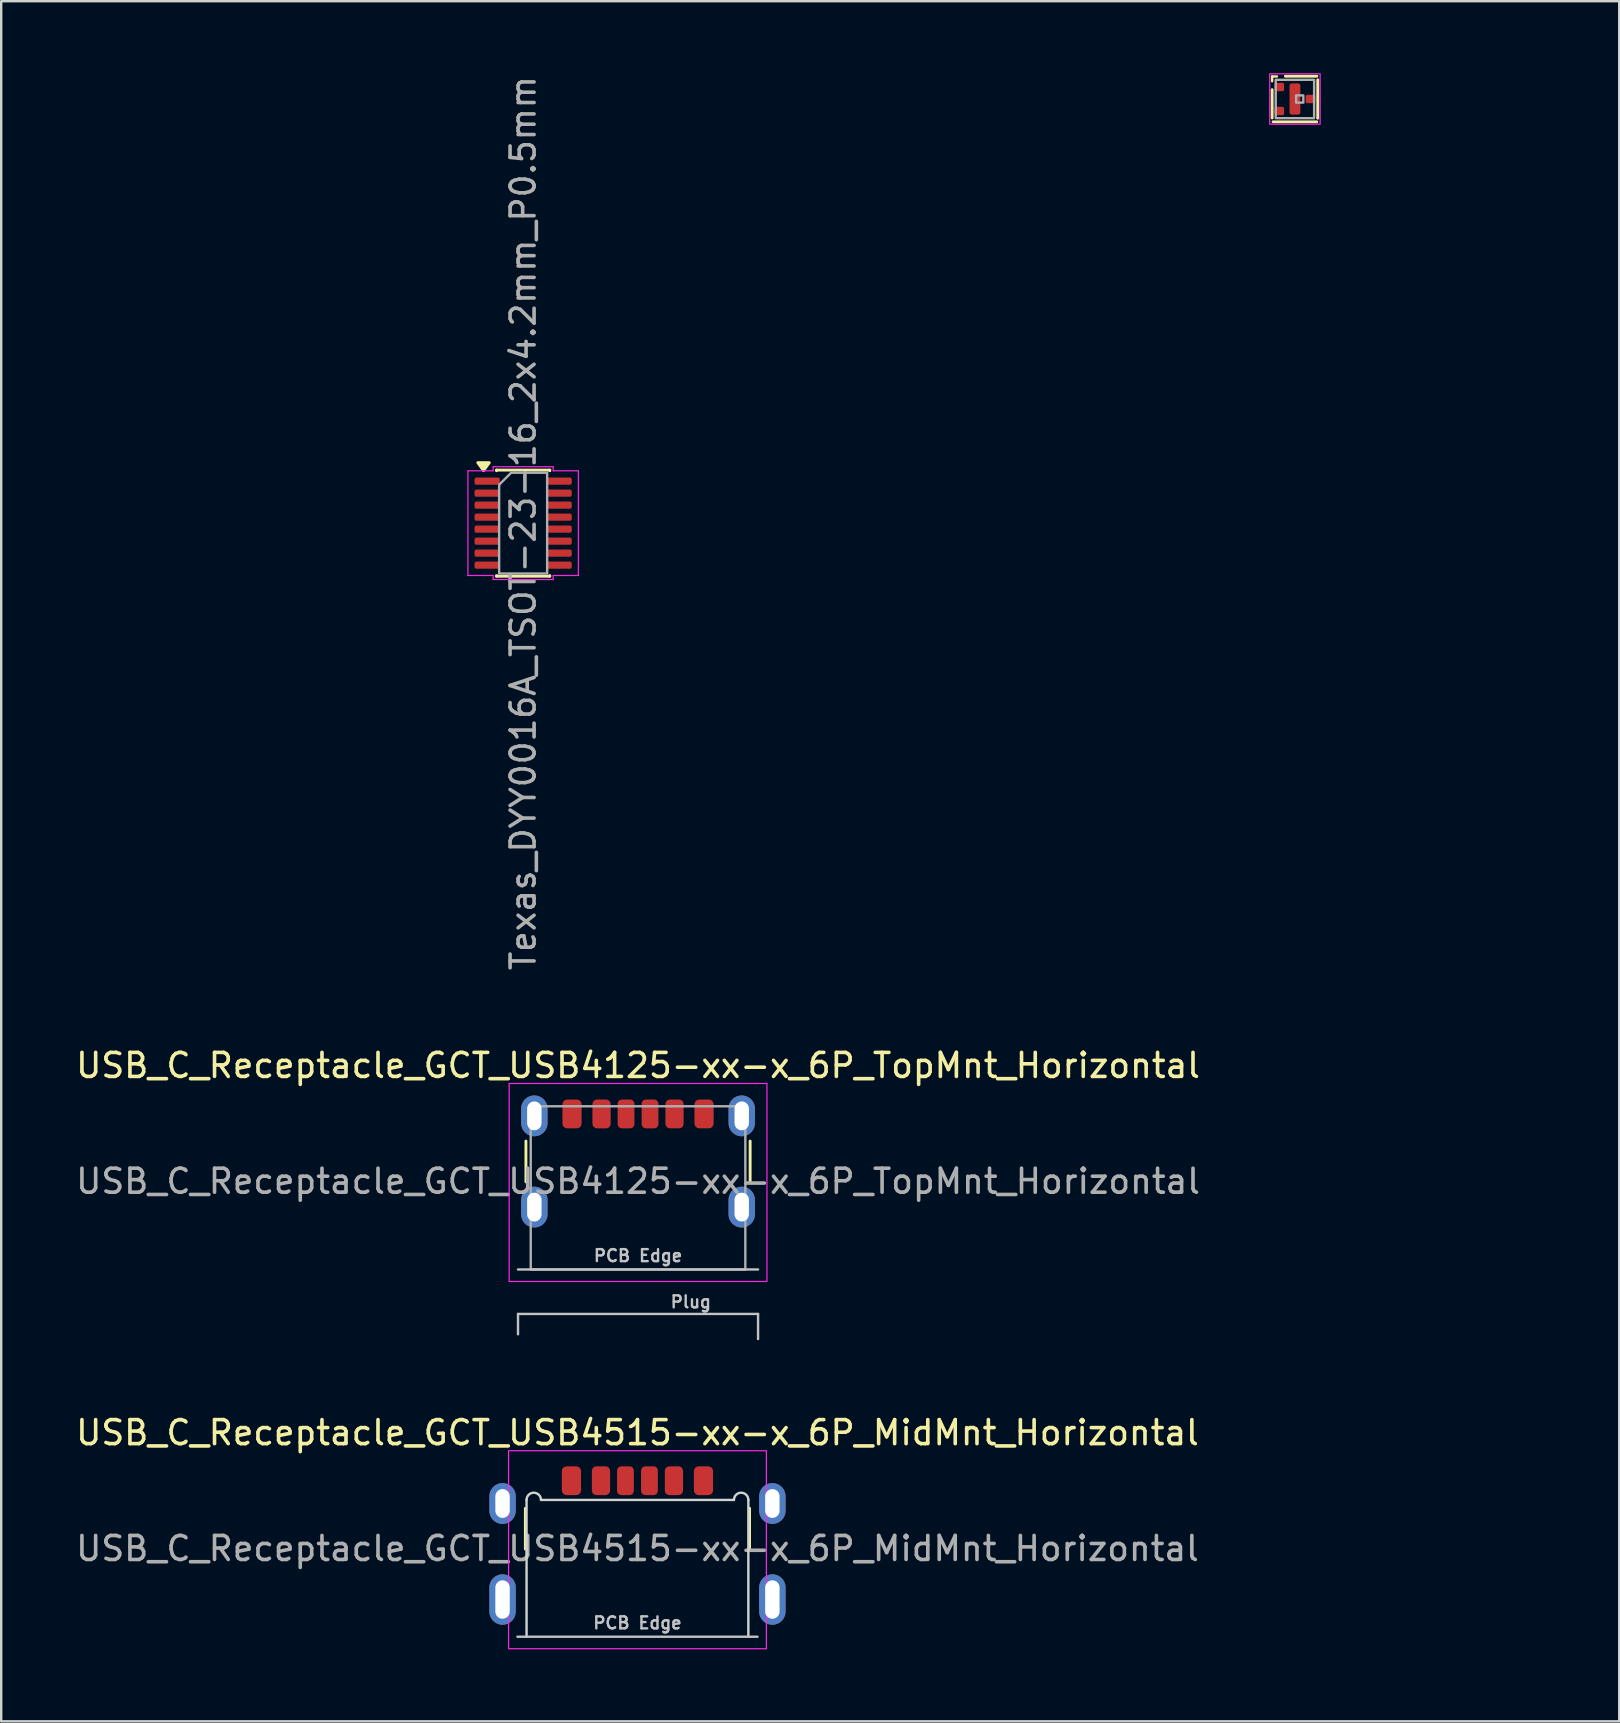
<source format=kicad_pcb>
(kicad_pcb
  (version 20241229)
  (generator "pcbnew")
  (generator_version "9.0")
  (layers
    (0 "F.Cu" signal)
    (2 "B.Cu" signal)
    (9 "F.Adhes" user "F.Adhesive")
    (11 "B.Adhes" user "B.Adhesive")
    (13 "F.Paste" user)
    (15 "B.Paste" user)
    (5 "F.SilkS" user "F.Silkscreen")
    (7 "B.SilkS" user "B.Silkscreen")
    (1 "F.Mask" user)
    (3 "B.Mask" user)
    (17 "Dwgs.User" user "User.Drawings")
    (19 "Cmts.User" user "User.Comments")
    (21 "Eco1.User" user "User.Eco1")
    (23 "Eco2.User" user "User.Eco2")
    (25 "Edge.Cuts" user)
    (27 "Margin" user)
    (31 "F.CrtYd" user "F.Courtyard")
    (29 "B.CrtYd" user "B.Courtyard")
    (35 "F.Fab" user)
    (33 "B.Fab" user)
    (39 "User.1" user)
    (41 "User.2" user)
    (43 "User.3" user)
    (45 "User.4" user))
  (footprint "TMR2615-DFN-3L-1.6x1.6"
    (layer "F.Cu")
    (at 50.896 1.075)
    (property "Reference" "TMR2615-DFN-3L-1.6x1.6" (at 0.05 2.15 0) (layer "Eco2.User") (effects (font (size 1 1) (thickness 0.15))))
    (attr smd)
    (fp_line (start -0.95 -0.94) (end -0.75 -0.94) (stroke (width 0.1) (type default)) (layer "F.SilkS"))
    (fp_line (start -0.95 -0.74) (end -0.95 -0.94) (stroke (width 0.1) (type default)) (layer "F.SilkS"))
    (fp_line (start -0.95 0.79) (end -0.95 -0.39) (stroke (width 0.12) (type solid)) (layer "F.SilkS"))
    (fp_line (start -0.4 -0.95) (end 0.91 -0.95) (stroke (width 0.12) (type solid)) (layer "F.SilkS"))
    (fp_line (start 0.91 0.95) (end -0.91 0.95) (stroke (width 0.12) (type solid)) (layer "F.SilkS"))
    (fp_line (start 0.95 -0.8) (end 0.95 0.8) (stroke (width 0.12) (type solid)) (layer "F.SilkS"))
    (fp_rect (start -1.05 -1.05) (end 1.05 1.05) (stroke (width 0.05) (type solid)) (fill no) (layer "F.CrtYd"))
    (fp_rect (start -0.8 -0.8) (end 0.8 0.8) (stroke (width 0.1) (type solid)) (fill no) (layer "F.Fab"))
    (fp_rect (start 0.05 -0.15) (end 0.35 0.15) (stroke (width 0.1) (type solid)) (fill no) (layer "F.Fab"))
    (pad "1" smd roundrect (at -0.65 -0.5) (size 0.4 0.35) (layers "F.Cu" "F.Mask" "F.Paste") (roundrect_rratio 0.2))
    (pad "2" smd roundrect (at -0.65 0.5) (size 0.4 0.35) (layers "F.Cu" "F.Mask" "F.Paste") (roundrect_rratio 0.2))
    (pad "3" smd roundrect (at 0.65 0) (size 0.4 0.35) (layers "F.Cu" "F.Mask" "F.Paste") (roundrect_rratio 0.2))
    (pad "4" smd roundrect (at 0 0) (size 0.45 1.3) (layers "F.Cu" "F.Mask" "F.Paste") (roundrect_rratio 0.2)))
  (footprint "Texas_DYY0016A_TSOT-23-16_2x4.2mm_P0.5mm"
    (layer "F.Cu")
    (at 18.744 18.744)
    (property "Reference" "Texas_DYY0016A_TSOT-23-16_2x4.2mm_P0.5mm" (at 0 -3.05 0) (layer "Eco2.User") (effects (font (size 1 1) (thickness 0.15))))
    (attr smd)
    (fp_line (start -1.11 -2.21) (end 1.11 -2.21) (stroke (width 0.12) (type solid)) (layer "F.SilkS"))
    (fp_line (start -1.11 -2.185) (end -1.11 -2.21) (stroke (width 0.12) (type solid)) (layer "F.SilkS"))
    (fp_line (start -1.11 2.21) (end -1.11 2.185) (stroke (width 0.12) (type solid)) (layer "F.SilkS"))
    (fp_line (start 1.11 -2.21) (end 1.11 -2.185) (stroke (width 0.12) (type solid)) (layer "F.SilkS"))
    (fp_line (start 1.11 2.185) (end 1.11 2.21) (stroke (width 0.12) (type solid)) (layer "F.SilkS"))
    (fp_line (start 1.11 2.21) (end -1.11 2.21) (stroke (width 0.12) (type solid)) (layer "F.SilkS"))
    (fp_poly (pts (xy -1.65 -2.19) (xy -1.89 -2.52) (xy -1.41 -2.52)) (stroke (width 0.12) (type solid)) (fill yes) (layer "F.SilkS"))
    (fp_line (start -2.3 -2.18) (end -1.25 -2.18) (stroke (width 0.05) (type solid)) (layer "F.CrtYd"))
    (fp_line (start -2.3 2.18) (end -2.3 -2.18) (stroke (width 0.05) (type solid)) (layer "F.CrtYd"))
    (fp_line (start -1.25 -2.35) (end 1.25 -2.35) (stroke (width 0.05) (type solid)) (layer "F.CrtYd"))
    (fp_line (start -1.25 -2.18) (end -1.25 -2.35) (stroke (width 0.05) (type solid)) (layer "F.CrtYd"))
    (fp_line (start -1.25 2.18) (end -2.3 2.18) (stroke (width 0.05) (type solid)) (layer "F.CrtYd"))
    (fp_line (start -1.25 2.35) (end -1.25 2.18) (stroke (width 0.05) (type solid)) (layer "F.CrtYd"))
    (fp_line (start 1.25 -2.35) (end 1.25 -2.18) (stroke (width 0.05) (type solid)) (layer "F.CrtYd"))
    (fp_line (start 1.25 -2.18) (end 2.3 -2.18) (stroke (width 0.05) (type solid)) (layer "F.CrtYd"))
    (fp_line (start 1.25 2.18) (end 1.25 2.35) (stroke (width 0.05) (type solid)) (layer "F.CrtYd"))
    (fp_line (start 1.25 2.35) (end -1.25 2.35) (stroke (width 0.05) (type solid)) (layer "F.CrtYd"))
    (fp_line (start 2.3 -2.18) (end 2.3 2.18) (stroke (width 0.05) (type solid)) (layer "F.CrtYd"))
    (fp_line (start 2.3 2.18) (end 1.25 2.18) (stroke (width 0.05) (type solid)) (layer "F.CrtYd"))
    (fp_poly (pts (xy -1 -1.6) (xy -1 2.1) (xy 1 2.1) (xy 1 -2.1) (xy -0.5 -2.1)) (stroke (width 0.1) (type solid)) (fill no) (layer "F.Fab"))
    (fp_text user "${REFERENCE}" (at 0 0 90) (layer "F.Fab") (effects (font (size 1 1) (thickness 0.15))))
    (pad "1" smd roundrect (at -1.5 -1.75) (size 1.05 0.3) (layers "F.Cu" "F.Mask" "F.Paste") (roundrect_rratio 0.25))
    (pad "2" smd roundrect (at -1.5 -1.25) (size 1.05 0.3) (layers "F.Cu" "F.Mask" "F.Paste") (roundrect_rratio 0.25))
    (pad "3" smd roundrect (at -1.5 -0.75) (size 1.05 0.3) (layers "F.Cu" "F.Mask" "F.Paste") (roundrect_rratio 0.25))
    (pad "4" smd roundrect (at -1.5 -0.25) (size 1.05 0.3) (layers "F.Cu" "F.Mask" "F.Paste") (roundrect_rratio 0.25))
    (pad "5" smd roundrect (at -1.5 0.25) (size 1.05 0.3) (layers "F.Cu" "F.Mask" "F.Paste") (roundrect_rratio 0.25))
    (pad "6" smd roundrect (at -1.5 0.75) (size 1.05 0.3) (layers "F.Cu" "F.Mask" "F.Paste") (roundrect_rratio 0.25))
    (pad "7" smd roundrect (at -1.5 1.25) (size 1.05 0.3) (layers "F.Cu" "F.Mask" "F.Paste") (roundrect_rratio 0.25))
    (pad "8" smd roundrect (at -1.5 1.75) (size 1.05 0.3) (layers "F.Cu" "F.Mask" "F.Paste") (roundrect_rratio 0.25))
    (pad "9" smd roundrect (at 1.5 1.75) (size 1.05 0.3) (layers "F.Cu" "F.Mask" "F.Paste") (roundrect_rratio 0.25))
    (pad "10" smd roundrect (at 1.5 1.25) (size 1.05 0.3) (layers "F.Cu" "F.Mask" "F.Paste") (roundrect_rratio 0.25))
    (pad "11" smd roundrect (at 1.5 0.75) (size 1.05 0.3) (layers "F.Cu" "F.Mask" "F.Paste") (roundrect_rratio 0.25))
    (pad "12" smd roundrect (at 1.5 0.25) (size 1.05 0.3) (layers "F.Cu" "F.Mask" "F.Paste") (roundrect_rratio 0.25))
    (pad "13" smd roundrect (at 1.5 -0.25) (size 1.05 0.3) (layers "F.Cu" "F.Mask" "F.Paste") (roundrect_rratio 0.25))
    (pad "14" smd roundrect (at 1.5 -0.75) (size 1.05 0.3) (layers "F.Cu" "F.Mask" "F.Paste") (roundrect_rratio 0.25))
    (pad "15" smd roundrect (at 1.5 -1.25) (size 1.05 0.3) (layers "F.Cu" "F.Mask" "F.Paste") (roundrect_rratio 0.25))
    (pad "16" smd roundrect (at 1.5 -1.75) (size 1.05 0.3) (layers "F.Cu" "F.Mask" "F.Paste") (roundrect_rratio 0.25)))
  (footprint "USB_C_Receptacle_GCT_USB4515-xx-x_6P_MidMnt_Horizontal"
    (layer "F.Cu")
    (at 23.506 61.735)
    (property "Reference" "USB_C_Receptacle_GCT_USB4515-xx-x_6P_MidMnt_Horizontal" (at 0 -5.1 0) (unlocked yes) (layer "F.SilkS") (effects (font (size 1 1) (thickness 0.15))))
    (attr smd)
    (fp_line (start -4.67 -0.25) (end -4.67 -1.95) (stroke (width 0.12) (type solid)) (layer "F.SilkS"))
    (fp_line (start 4.67 -0.25) (end 4.67 -1.95) (stroke (width 0.12) (type solid)) (layer "F.SilkS"))
    (fp_line (start 5 3.4) (end -5 3.4) (stroke (width 0.1) (type solid)) (layer "Dwgs.User"))
    (fp_line (start -4.62 -2.3) (end -4.62 3.4) (stroke (width 0.1) (type solid)) (layer "Edge.Cuts"))
    (fp_line (start -4.02 -2.3) (end 4.02 -2.3) (stroke (width 0.1) (type solid)) (layer "Edge.Cuts"))
    (fp_line (start 4.62 -2.3) (end 4.62 3.4) (stroke (width 0.1) (type solid)) (layer "Edge.Cuts"))
    (fp_arc (start -4.62 -2.3) (mid -4.32 -2.6) (end -4.02 -2.3) (stroke (width 0.1) (type solid)) (layer "Edge.Cuts"))
    (fp_arc (start 4.02 -2.3) (mid 4.32 -2.6) (end 4.62 -2.3) (stroke (width 0.1) (type solid)) (layer "Edge.Cuts"))
    (fp_rect (start -5.37 -4.35) (end 5.37 3.9) (stroke (width 0.05) (type solid)) (fill no) (layer "F.CrtYd"))
    (fp_text user "PCB Edge" (at 0 2.825 0) (unlocked yes) (layer "Dwgs.User") (effects (font (size 0.5 0.5) (thickness 0.1))))
    (fp_text user "${REFERENCE}" (at 0 -0.275 0) (unlocked yes) (layer "F.Fab") (effects (font (size 1 1) (thickness 0.15))))
    (pad "A5" smd roundrect (at -0.5 -3.1) (size 0.7 1.2) (layers "F.Cu" "F.Mask" "F.Paste") (roundrect_rratio 0.25))
    (pad "A9" smd roundrect (at 1.52 -3.1 180) (size 0.76 1.2) (layers "F.Cu" "F.Mask" "F.Paste") (roundrect_rratio 0.25))
    (pad "A12" smd roundrect (at 2.75 -3.1 180) (size 0.8 1.2) (layers "F.Cu" "F.Mask" "F.Paste") (roundrect_rratio 0.25))
    (pad "B5" smd roundrect (at 0.5 -3.1 180) (size 0.7 1.2) (layers "F.Cu" "F.Mask" "F.Paste") (roundrect_rratio 0.25))
    (pad "B9" smd roundrect (at -1.52 -3.1) (size 0.76 1.2) (layers "F.Cu" "F.Mask" "F.Paste") (roundrect_rratio 0.25))
    (pad "B12" smd roundrect (at -2.75 -3.1) (size 0.8 1.2) (layers "F.Cu" "F.Mask" "F.Paste") (roundrect_rratio 0.25))
    (pad "S1" thru_hole oval (at -5.62 -2.15) (size 1.1 1.7) (drill oval 0.6 1.2) (property pad_prop_heatsink) (layers "*.Cu" "*.Mask" "F.Paste"))
    (pad "S1" thru_hole oval (at -5.62 1.85) (size 1.1 2.1) (drill oval 0.6 1.6) (property pad_prop_heatsink) (layers "*.Cu" "*.Mask" "F.Paste"))
    (pad "S1" thru_hole oval (at 5.62 -2.15) (size 1.1 1.7) (drill oval 0.6 1.2) (property pad_prop_heatsink) (layers "*.Cu" "*.Mask" "F.Paste"))
    (pad "S1" thru_hole oval (at 5.62 1.85) (size 1.1 2.1) (drill oval 0.6 1.6) (property pad_prop_heatsink) (layers "*.Cu" "*.Mask" "F.Paste")))
  (footprint "USB_C_Receptacle_GCT_USB4125-xx-x_6P_TopMnt_Horizontal"
    (layer "F.Cu")
    (at 23.53 46.436)
    (property "Reference" "USB_C_Receptacle_GCT_USB4125-xx-x_6P_TopMnt_Horizontal" (at 0 -5.1 0) (unlocked yes) (layer "F.SilkS") (effects (font (size 1 1) (thickness 0.15))))
    (attr smd)
    (fp_line (start -4.67 -0.25) (end -4.67 -1.95) (stroke (width 0.12) (type solid)) (layer "F.SilkS"))
    (fp_line (start 4.67 -0.25) (end 4.67 -1.95) (stroke (width 0.12) (type solid)) (layer "F.SilkS"))
    (fp_line (start -5 5.25) (end -5 6.1) (stroke (width 0.1) (type default)) (layer "Dwgs.User"))
    (fp_line (start 5 3.4) (end -5 3.4) (stroke (width 0.1) (type solid)) (layer "Dwgs.User"))
    (fp_line (start 5 5.25) (end -5 5.25) (stroke (width 0.1) (type solid)) (layer "Dwgs.User"))
    (fp_line (start 5 5.25) (end 5 6.3) (stroke (width 0.1) (type default)) (layer "Dwgs.User"))
    (fp_rect (start -5.37 -4.35) (end 5.37 3.9) (stroke (width 0.05) (type solid)) (fill no) (layer "F.CrtYd"))
    (fp_rect (start -4.47 -3.4) (end 4.47 3.4) (stroke (width 0.1) (type solid)) (fill no) (layer "F.Fab"))
    (fp_text user "Plug" (at 2.2 4.75 0) (unlocked yes) (layer "Dwgs.User") (effects (font (size 0.5 0.5) (thickness 0.1))))
    (fp_text user "PCB Edge" (at 0 2.825 0) (unlocked yes) (layer "Dwgs.User") (effects (font (size 0.5 0.5) (thickness 0.1))))
    (fp_text user "${REFERENCE}" (at 0 -0.275 0) (unlocked yes) (layer "F.Fab") (effects (font (size 1 1) (thickness 0.15))))
    (pad "A5" smd roundrect (at -0.5 -3.08) (size 0.7 1.2) (layers "F.Cu" "F.Mask" "F.Paste") (roundrect_rratio 0.25))
    (pad "A9" smd roundrect (at 1.52 -3.08 180) (size 0.76 1.2) (layers "F.Cu" "F.Mask" "F.Paste") (roundrect_rratio 0.25))
    (pad "A12" smd roundrect (at 2.75 -3.08 180) (size 0.8 1.2) (layers "F.Cu" "F.Mask" "F.Paste") (roundrect_rratio 0.25))
    (pad "B5" smd roundrect (at 0.5 -3.08 180) (size 0.7 1.2) (layers "F.Cu" "F.Mask" "F.Paste") (roundrect_rratio 0.25))
    (pad "B9" smd roundrect (at -1.52 -3.08) (size 0.76 1.2) (layers "F.Cu" "F.Mask" "F.Paste") (roundrect_rratio 0.25))
    (pad "B12" smd roundrect (at -2.75 -3.08) (size 0.8 1.2) (layers "F.Cu" "F.Mask" "F.Paste") (roundrect_rratio 0.25))
    (pad "S1" thru_hole oval (at -4.32 -3) (size 1.1 1.7) (drill oval 0.6 1.2) (property pad_prop_heatsink) (layers "*.Cu" "*.Mask" "F.Paste"))
    (pad "S1" thru_hole oval (at -4.32 0.8) (size 1.1 1.7) (drill oval 0.6 1.2) (property pad_prop_heatsink) (layers "*.Cu" "*.Mask" "F.Paste"))
    (pad "S1" thru_hole oval (at 4.32 -3) (size 1.1 1.7) (drill oval 0.6 1.2) (property pad_prop_heatsink) (layers "*.Cu" "*.Mask" "F.Paste"))
    (pad "S1" thru_hole oval (at 4.32 0.8) (size 1.1 1.7) (drill oval 0.6 1.2) (property pad_prop_heatsink) (layers "*.Cu" "*.Mask" "F.Paste")))
  (gr_rect
    (start -3 -3)
    (end 64.405 68.66)
    (stroke (width 0.1) (type default))
    (fill no)
    (layer "Edge.Cuts")))
</source>
